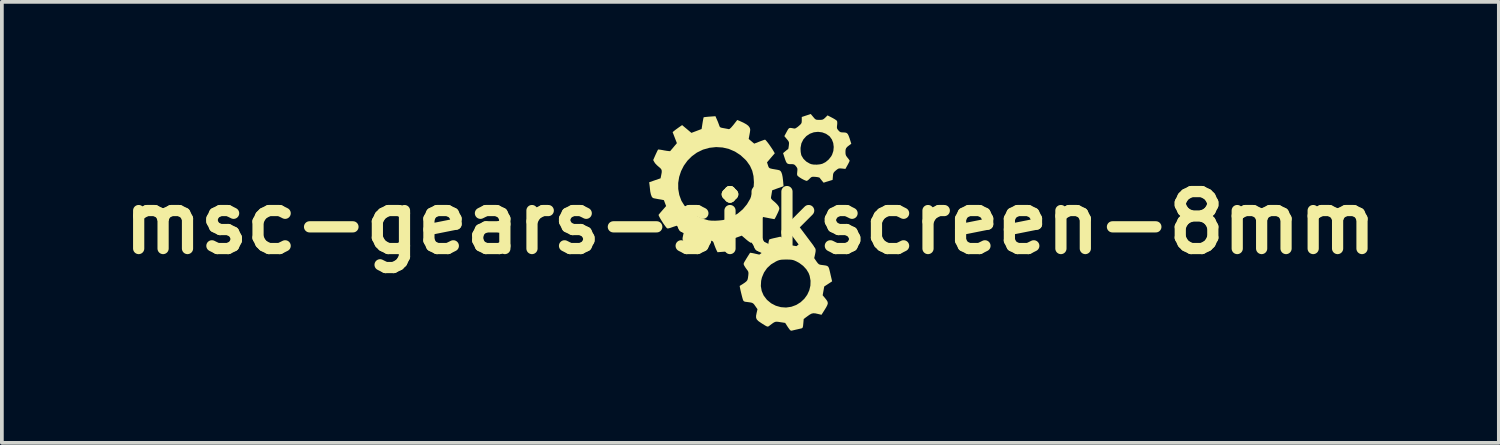
<source format=kicad_pcb>
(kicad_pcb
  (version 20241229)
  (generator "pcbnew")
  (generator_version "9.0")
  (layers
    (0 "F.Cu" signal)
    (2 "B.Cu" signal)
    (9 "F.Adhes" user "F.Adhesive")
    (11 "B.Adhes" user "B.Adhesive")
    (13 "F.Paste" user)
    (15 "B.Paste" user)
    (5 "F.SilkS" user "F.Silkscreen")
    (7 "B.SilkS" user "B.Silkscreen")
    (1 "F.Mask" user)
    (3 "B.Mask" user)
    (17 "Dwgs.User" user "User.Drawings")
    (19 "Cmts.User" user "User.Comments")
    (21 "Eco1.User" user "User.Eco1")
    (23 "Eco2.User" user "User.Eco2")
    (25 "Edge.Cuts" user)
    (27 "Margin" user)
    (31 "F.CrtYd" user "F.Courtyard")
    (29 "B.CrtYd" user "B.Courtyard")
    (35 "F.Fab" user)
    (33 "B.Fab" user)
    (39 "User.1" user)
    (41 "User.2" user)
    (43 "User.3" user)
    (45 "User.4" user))
  (footprint "msc-gears-silkscreen-8mm"
    (layer "F.Cu")
    (at 17.025 2.91)
    (property "Reference" "msc-gears-silkscreen-8mm" (at 0 0 0) (layer "F.SilkS") (effects (font (size 1.524 1.524) (thickness 0.3))))
    (attr board_only exclude_from_pos_files exclude_from_bom)
    (fp_poly (pts (xy 1.682 -2.832) (xy 1.718 -2.789) (xy 1.746 -2.766) (xy 1.777 -2.755) (xy 1.822 -2.753) (xy 1.845 -2.753) (xy 1.902 -2.754) (xy 1.939 -2.762) (xy 1.971 -2.782) (xy 2.005 -2.813) (xy 2.066 -2.873) (xy 2.186 -2.811) (xy 2.243 -2.78) (xy 2.289 -2.75) (xy 2.316 -2.728) (xy 2.319 -2.723) (xy 2.325 -2.693) (xy 2.325 -2.645) (xy 2.321 -2.61) (xy 2.316 -2.558) (xy 2.32 -2.524) (xy 2.337 -2.495) (xy 2.357 -2.47) (xy 2.389 -2.438) (xy 2.42 -2.422) (xy 2.464 -2.417) (xy 2.488 -2.417) (xy 2.539 -2.414) (xy 2.577 -2.402) (xy 2.605 -2.376) (xy 2.629 -2.33) (xy 2.655 -2.26) (xy 2.662 -2.237) (xy 2.701 -2.114) (xy 2.643 -2.071) (xy 2.591 -2.03) (xy 2.562 -1.994) (xy 2.548 -1.953) (xy 2.545 -1.896) (xy 2.545 -1.892) (xy 2.548 -1.836) (xy 2.561 -1.795) (xy 2.589 -1.754) (xy 2.601 -1.74) (xy 2.632 -1.701) (xy 2.653 -1.67) (xy 2.657 -1.659) (xy 2.649 -1.638) (xy 2.63 -1.598) (xy 2.603 -1.547) (xy 2.6 -1.542) (xy 2.544 -1.441) (xy 2.452 -1.451) (xy 2.399 -1.455) (xy 2.363 -1.451) (xy 2.33 -1.433) (xy 2.288 -1.4) (xy 2.248 -1.364) (xy 2.226 -1.334) (xy 2.214 -1.297) (xy 2.209 -1.244) (xy 2.201 -1.147) (xy 2.081 -1.11) (xy 2.024 -1.093) (xy 1.982 -1.079) (xy 1.961 -1.073) (xy 1.959 -1.073) (xy 1.95 -1.084) (xy 1.927 -1.112) (xy 1.911 -1.131) (xy 1.881 -1.169) (xy 1.859 -1.197) (xy 1.855 -1.204) (xy 1.835 -1.213) (xy 1.792 -1.222) (xy 1.743 -1.228) (xy 1.686 -1.231) (xy 1.651 -1.228) (xy 1.624 -1.215) (xy 1.596 -1.189) (xy 1.585 -1.178) (xy 1.549 -1.144) (xy 1.519 -1.124) (xy 1.509 -1.12) (xy 1.477 -1.129) (xy 1.428 -1.15) (xy 1.372 -1.18) (xy 1.318 -1.214) (xy 1.299 -1.228) (xy 1.269 -1.252) (xy 1.254 -1.274) (xy 1.25 -1.304) (xy 1.254 -1.353) (xy 1.255 -1.363) (xy 1.26 -1.418) (xy 1.257 -1.454) (xy 1.242 -1.484) (xy 1.221 -1.512) (xy 1.193 -1.544) (xy 1.166 -1.561) (xy 1.129 -1.568) (xy 1.085 -1.568) (xy 1.036 -1.57) (xy 1.001 -1.579) (xy 0.975 -1.599) (xy 0.953 -1.637) (xy 0.93 -1.697) (xy 0.912 -1.752) (xy 0.876 -1.863) (xy 0.938 -1.915) (xy 0.975 -1.946) (xy 1.002 -1.965) (xy 1.01 -1.968) (xy 1.011 -1.971) (xy 1.343 -1.971) (xy 1.347 -1.895) (xy 1.359 -1.828) (xy 1.368 -1.798) (xy 1.421 -1.711) (xy 1.497 -1.637) (xy 1.59 -1.583) (xy 1.632 -1.567) (xy 1.698 -1.556) (xy 1.78 -1.555) (xy 1.862 -1.563) (xy 1.925 -1.578) (xy 2.012 -1.622) (xy 2.094 -1.69) (xy 2.162 -1.775) (xy 2.187 -1.82) (xy 2.221 -1.921) (xy 2.231 -2.028) (xy 2.218 -2.133) (xy 2.182 -2.228) (xy 2.125 -2.307) (xy 2.118 -2.315) (xy 2.026 -2.38) (xy 1.922 -2.419) (xy 1.811 -2.433) (xy 1.699 -2.421) (xy 1.592 -2.382) (xy 1.498 -2.319) (xy 1.418 -2.229) (xy 1.366 -2.125) (xy 1.344 -2.009) (xy 1.343 -1.971) (xy 1.011 -1.971) (xy 1.017 -1.983) (xy 1.024 -2.021) (xy 1.03 -2.066) (xy 1.035 -2.12) (xy 1.032 -2.156) (xy 1.017 -2.187) (xy 0.987 -2.226) (xy 0.975 -2.24) (xy 0.91 -2.318) (xy 0.971 -2.431) (xy 1.001 -2.486) (xy 1.025 -2.52) (xy 1.05 -2.536) (xy 1.086 -2.537) (xy 1.141 -2.528) (xy 1.177 -2.52) (xy 1.212 -2.528) (xy 1.263 -2.562) (xy 1.293 -2.587) (xy 1.337 -2.626) (xy 1.362 -2.656) (xy 1.373 -2.685) (xy 1.376 -2.725) (xy 1.376 -2.745) (xy 1.376 -2.83) (xy 1.496 -2.87) (xy 1.616 -2.91)) (stroke (width 0) (type solid)) (fill yes) (layer "F.SilkS"))
    (fp_poly (pts (xy 0.814 0.375) (xy 0.836 0.39) (xy 0.864 0.424) (xy 0.896 0.471) (xy 0.936 0.527) (xy 0.972 0.566) (xy 0.998 0.584) (xy 0.998 0.584) (xy 1.032 0.591) (xy 1.084 0.6) (xy 1.133 0.609) (xy 1.234 0.626) (xy 1.333 0.547) (xy 1.433 0.467) (xy 1.58 0.558) (xy 1.656 0.606) (xy 1.707 0.646) (xy 1.736 0.683) (xy 1.748 0.725) (xy 1.745 0.776) (xy 1.733 0.839) (xy 1.709 0.946) (xy 1.768 1.033) (xy 1.803 1.08) (xy 1.831 1.107) (xy 1.861 1.121) (xy 1.902 1.128) (xy 1.973 1.137) (xy 2.024 1.145) (xy 2.06 1.157) (xy 2.085 1.178) (xy 2.103 1.212) (xy 2.118 1.266) (xy 2.136 1.342) (xy 2.148 1.396) (xy 2.188 1.567) (xy 2.083 1.636) (xy 1.977 1.705) (xy 1.935 1.94) (xy 1.999 2.016) (xy 2.041 2.07) (xy 2.066 2.113) (xy 2.073 2.154) (xy 2.061 2.199) (xy 2.032 2.257) (xy 1.994 2.319) (xy 1.904 2.462) (xy 1.812 2.44) (xy 1.738 2.424) (xy 1.683 2.421) (xy 1.636 2.432) (xy 1.585 2.46) (xy 1.534 2.496) (xy 1.428 2.574) (xy 1.417 2.696) (xy 1.411 2.757) (xy 1.403 2.795) (xy 1.392 2.814) (xy 1.375 2.824) (xy 1.363 2.827) (xy 1.324 2.836) (xy 1.268 2.849) (xy 1.224 2.859) (xy 1.168 2.872) (xy 1.122 2.883) (xy 1.099 2.888) (xy 1.078 2.883) (xy 1.051 2.857) (xy 1.015 2.807) (xy 1.001 2.787) (xy 0.932 2.679) (xy 0.801 2.659) (xy 0.742 2.65) (xy 0.699 2.647) (xy 0.664 2.652) (xy 0.629 2.668) (xy 0.586 2.697) (xy 0.527 2.742) (xy 0.51 2.755) (xy 0.49 2.77) (xy 0.472 2.777) (xy 0.451 2.776) (xy 0.421 2.763) (xy 0.377 2.737) (xy 0.313 2.697) (xy 0.284 2.678) (xy 0.216 2.631) (xy 0.175 2.59) (xy 0.155 2.546) (xy 0.153 2.491) (xy 0.167 2.418) (xy 0.191 2.313) (xy 0.132 2.228) (xy 0.102 2.186) (xy 0.075 2.158) (xy 0.043 2.141) (xy -0.002 2.131) (xy -0.069 2.122) (xy -0.085 2.12) (xy -0.139 2.113) (xy -0.17 2.102) (xy -0.187 2.083) (xy -0.195 2.067) (xy -0.205 2.036) (xy -0.219 1.986) (xy -0.235 1.923) (xy -0.251 1.857) (xy -0.266 1.793) (xy -0.277 1.738) (xy -0.284 1.702) (xy -0.285 1.694) (xy 0.281 1.694) (xy 0.304 1.825) (xy 0.356 1.946) (xy 0.439 2.055) (xy 0.447 2.064) (xy 0.557 2.155) (xy 0.682 2.22) (xy 0.817 2.258) (xy 0.956 2.268) (xy 1.095 2.248) (xy 1.096 2.248) (xy 1.229 2.199) (xy 1.346 2.126) (xy 1.444 2.034) (xy 1.522 1.927) (xy 1.577 1.808) (xy 1.607 1.681) (xy 1.611 1.55) (xy 1.587 1.418) (xy 1.559 1.344) (xy 1.499 1.246) (xy 1.414 1.154) (xy 1.31 1.076) (xy 1.237 1.036) (xy 1.185 1.012) (xy 1.142 0.997) (xy 1.097 0.989) (xy 1.042 0.985) (xy 0.965 0.984) (xy 0.96 0.984) (xy 0.882 0.985) (xy 0.826 0.989) (xy 0.781 0.997) (xy 0.738 1.011) (xy 0.687 1.034) (xy 0.684 1.036) (xy 0.555 1.113) (xy 0.448 1.212) (xy 0.366 1.33) (xy 0.31 1.463) (xy 0.289 1.553) (xy 0.281 1.694) (xy -0.285 1.694) (xy -0.285 1.69) (xy -0.205 1.64) (xy -0.148 1.602) (xy -0.11 1.572) (xy -0.085 1.543) (xy -0.071 1.511) (xy -0.063 1.472) (xy -0.056 1.418) (xy -0.054 1.405) (xy -0.05 1.351) (xy -0.054 1.314) (xy -0.07 1.282) (xy -0.092 1.253) (xy -0.127 1.205) (xy -0.157 1.157) (xy -0.165 1.143) (xy -0.175 1.121) (xy -0.179 1.101) (xy -0.173 1.076) (xy -0.155 1.041) (xy -0.124 0.99) (xy -0.101 0.951) (xy -0.064 0.892) (xy -0.033 0.844) (xy -0.013 0.812) (xy -0.007 0.803) (xy 0.009 0.804) (xy 0.049 0.81) (xy 0.105 0.821) (xy 0.119 0.825) (xy 0.241 0.852) (xy 0.324 0.793) (xy 0.373 0.759) (xy 0.415 0.729) (xy 0.436 0.714) (xy 0.456 0.684) (xy 0.472 0.626) (xy 0.479 0.576) (xy 0.488 0.518) (xy 0.498 0.473) (xy 0.506 0.449) (xy 0.507 0.448) (xy 0.528 0.439) (xy 0.572 0.426) (xy 0.629 0.412) (xy 0.64 0.41) (xy 0.703 0.396) (xy 0.757 0.383) (xy 0.791 0.375) (xy 0.794 0.375)) (stroke (width 0) (type solid)) (fill yes) (layer "F.SilkS"))
    (fp_poly (pts (xy -0.893 -2.758) (xy -0.867 -2.698) (xy -0.845 -2.639) (xy -0.833 -2.606) (xy -0.822 -2.575) (xy -0.806 -2.556) (xy -0.779 -2.544) (xy -0.731 -2.534) (xy -0.707 -2.53) (xy -0.649 -2.519) (xy -0.601 -2.51) (xy -0.575 -2.504) (xy -0.552 -2.512) (xy -0.515 -2.546) (xy -0.463 -2.606) (xy -0.449 -2.623) (xy -0.35 -2.75) (xy -0.291 -2.726) (xy -0.185 -2.678) (xy -0.108 -2.635) (xy -0.055 -2.595) (xy -0.025 -2.557) (xy -0.011 -2.528) (xy -0.004 -2.5) (xy -0.005 -2.466) (xy -0.012 -2.415) (xy -0.02 -2.372) (xy -0.044 -2.242) (xy 0.104 -2.117) (xy 0.24 -2.17) (xy 0.302 -2.193) (xy 0.354 -2.212) (xy 0.386 -2.222) (xy 0.393 -2.224) (xy 0.409 -2.212) (xy 0.438 -2.179) (xy 0.476 -2.131) (xy 0.518 -2.073) (xy 0.56 -2.012) (xy 0.599 -1.953) (xy 0.62 -1.918) (xy 0.654 -1.859) (xy 0.55 -1.738) (xy 0.446 -1.616) (xy 0.472 -1.537) (xy 0.483 -1.503) (xy 0.495 -1.48) (xy 0.512 -1.463) (xy 0.541 -1.452) (xy 0.587 -1.441) (xy 0.657 -1.429) (xy 0.693 -1.423) (xy 0.751 -1.412) (xy 0.787 -1.4) (xy 0.809 -1.383) (xy 0.827 -1.354) (xy 0.831 -1.347) (xy 0.849 -1.297) (xy 0.864 -1.223) (xy 0.875 -1.134) (xy 0.875 -1.133) (xy 0.889 -0.978) (xy 0.737 -0.924) (xy 0.585 -0.869) (xy 0.573 -0.799) (xy 0.564 -0.744) (xy 0.555 -0.695) (xy 0.553 -0.685) (xy 0.553 -0.66) (xy 0.563 -0.637) (xy 0.591 -0.607) (xy 0.639 -0.566) (xy 0.64 -0.566) (xy 0.69 -0.52) (xy 0.733 -0.473) (xy 0.76 -0.434) (xy 0.76 -0.432) (xy 0.771 -0.405) (xy 0.776 -0.382) (xy 0.771 -0.355) (xy 0.757 -0.316) (xy 0.731 -0.258) (xy 0.72 -0.236) (xy 0.691 -0.176) (xy 0.666 -0.129) (xy 0.649 -0.102) (xy 0.643 -0.097) (xy 0.624 -0.1) (xy 0.58 -0.108) (xy 0.52 -0.119) (xy 0.485 -0.126) (xy 0.338 -0.155) (xy 0.249 -0.047) (xy 0.209 0.004) (xy 0.178 0.045) (xy 0.162 0.071) (xy 0.16 0.076) (xy 0.166 0.096) (xy 0.18 0.139) (xy 0.202 0.197) (xy 0.214 0.229) (xy 0.269 0.368) (xy 0.158 0.449) (xy 0.104 0.487) (xy 0.059 0.517) (xy 0.03 0.535) (xy 0.025 0.538) (xy 0.005 0.532) (xy -0.033 0.508) (xy -0.082 0.471) (xy -0.112 0.446) (xy -0.229 0.345) (xy -0.366 0.394) (xy -0.504 0.443) (xy -0.53 0.598) (xy -0.542 0.665) (xy -0.552 0.718) (xy -0.56 0.752) (xy -0.562 0.759) (xy -0.58 0.763) (xy -0.622 0.768) (xy -0.682 0.773) (xy -0.723 0.776) (xy -0.878 0.788) (xy -0.909 0.726) (xy -0.932 0.673) (xy -0.957 0.609) (xy -0.968 0.579) (xy -0.982 0.536) (xy -0.996 0.508) (xy -1.016 0.49) (xy -1.05 0.478) (xy -1.104 0.466) (xy -1.148 0.458) (xy -1.264 0.436) (xy -1.362 0.558) (xy -1.405 0.61) (xy -1.44 0.651) (xy -1.464 0.676) (xy -1.47 0.68) (xy -1.488 0.674) (xy -1.529 0.658) (xy -1.584 0.634) (xy -1.618 0.619) (xy -1.688 0.586) (xy -1.735 0.558) (xy -1.766 0.531) (xy -1.788 0.5) (xy -1.789 0.498) (xy -1.807 0.464) (xy -1.814 0.434) (xy -1.811 0.397) (xy -1.8 0.344) (xy -1.787 0.286) (xy -1.779 0.237) (xy -1.777 0.212) (xy -1.789 0.179) (xy -1.819 0.138) (xy -1.86 0.1) (xy -1.901 0.074) (xy -1.909 0.071) (xy -1.936 0.072) (xy -1.984 0.084) (xy -2.044 0.103) (xy -2.073 0.113) (xy -2.143 0.138) (xy -2.189 0.15) (xy -2.218 0.152) (xy -2.23 0.146) (xy -2.255 0.12) (xy -2.288 0.075) (xy -2.327 0.02) (xy -2.366 -0.041) (xy -2.403 -0.101) (xy -2.432 -0.154) (xy -2.451 -0.193) (xy -2.455 -0.212) (xy -2.439 -0.232) (xy -2.408 -0.27) (xy -2.367 -0.318) (xy -2.348 -0.339) (xy -2.253 -0.447) (xy -2.282 -0.523) (xy -2.299 -0.568) (xy -2.31 -0.598) (xy -2.313 -0.605) (xy -2.329 -0.609) (xy -2.37 -0.617) (xy -2.427 -0.627) (xy -2.454 -0.631) (xy -2.518 -0.643) (xy -2.571 -0.653) (xy -2.603 -0.662) (xy -2.608 -0.664) (xy -2.637 -0.697) (xy -2.66 -0.756) (xy -2.677 -0.832) (xy -2.68 -0.856) (xy -2.687 -0.922) (xy -2.694 -0.987) (xy -2.698 -1.018) (xy -2.704 -1.066) (xy -1.93 -1.066) (xy -1.929 -0.904) (xy -1.901 -0.744) (xy -1.844 -0.588) (xy -1.839 -0.58) (xy -1.765 -0.462) (xy -1.665 -0.351) (xy -1.544 -0.252) (xy -1.408 -0.169) (xy -1.263 -0.105) (xy -1.114 -0.064) (xy -1.112 -0.064) (xy -1.033 -0.056) (xy -0.936 -0.055) (xy -0.833 -0.061) (xy -0.736 -0.072) (xy -0.658 -0.089) (xy -0.656 -0.089) (xy -0.487 -0.156) (xy -0.335 -0.247) (xy -0.202 -0.36) (xy -0.091 -0.493) (xy -0.004 -0.641) (xy 0.057 -0.804) (xy 0.09 -0.977) (xy 0.096 -1.084) (xy 0.085 -1.247) (xy 0.051 -1.392) (xy -0.009 -1.524) (xy -0.096 -1.648) (xy -0.13 -1.686) (xy -0.263 -1.809) (xy -0.411 -1.905) (xy -0.572 -1.974) (xy -0.741 -2.014) (xy -0.916 -2.025) (xy -1.092 -2.006) (xy -1.266 -1.957) (xy -1.275 -1.953) (xy -1.429 -1.878) (xy -1.565 -1.779) (xy -1.682 -1.662) (xy -1.779 -1.528) (xy -1.853 -1.382) (xy -1.904 -1.227) (xy -1.93 -1.066) (xy -2.704 -1.066) (xy -2.706 -1.084) (xy -2.554 -1.137) (xy -2.402 -1.189) (xy -2.386 -1.268) (xy -2.372 -1.34) (xy -2.37 -1.391) (xy -2.382 -1.429) (xy -2.41 -1.463) (xy -2.453 -1.499) (xy -2.503 -1.543) (xy -2.546 -1.589) (xy -2.568 -1.622) (xy -2.599 -1.678) (xy -2.538 -1.816) (xy -2.51 -1.876) (xy -2.487 -1.925) (xy -2.471 -1.954) (xy -2.467 -1.959) (xy -2.448 -1.959) (xy -2.405 -1.954) (xy -2.345 -1.944) (xy -2.305 -1.936) (xy -2.239 -1.925) (xy -2.185 -1.918) (xy -2.151 -1.916) (xy -2.144 -1.918) (xy -2.13 -1.934) (xy -2.101 -1.969) (xy -2.062 -2.014) (xy -2.05 -2.029) (xy -1.965 -2.13) (xy -2.022 -2.277) (xy -2.079 -2.425) (xy -2.036 -2.461) (xy -1.999 -2.49) (xy -1.948 -2.527) (xy -1.909 -2.555) (xy -1.825 -2.613) (xy -1.757 -2.556) (xy -1.705 -2.513) (xy -1.653 -2.469) (xy -1.633 -2.452) (xy -1.576 -2.405) (xy -1.304 -2.508) (xy -1.28 -2.662) (xy -1.269 -2.728) (xy -1.259 -2.781) (xy -1.251 -2.815) (xy -1.248 -2.822) (xy -1.23 -2.826) (xy -1.187 -2.831) (xy -1.127 -2.837) (xy -1.087 -2.84) (xy -0.934 -2.851)) (stroke (width 0) (type solid)) (fill yes) (layer "F.SilkS")))
  (gr_rect
    (start -3 -3)
    (end 37.051 8.798)
    (stroke (width 0.1) (type default))
    (fill no)
    (layer "Edge.Cuts")))
</source>
